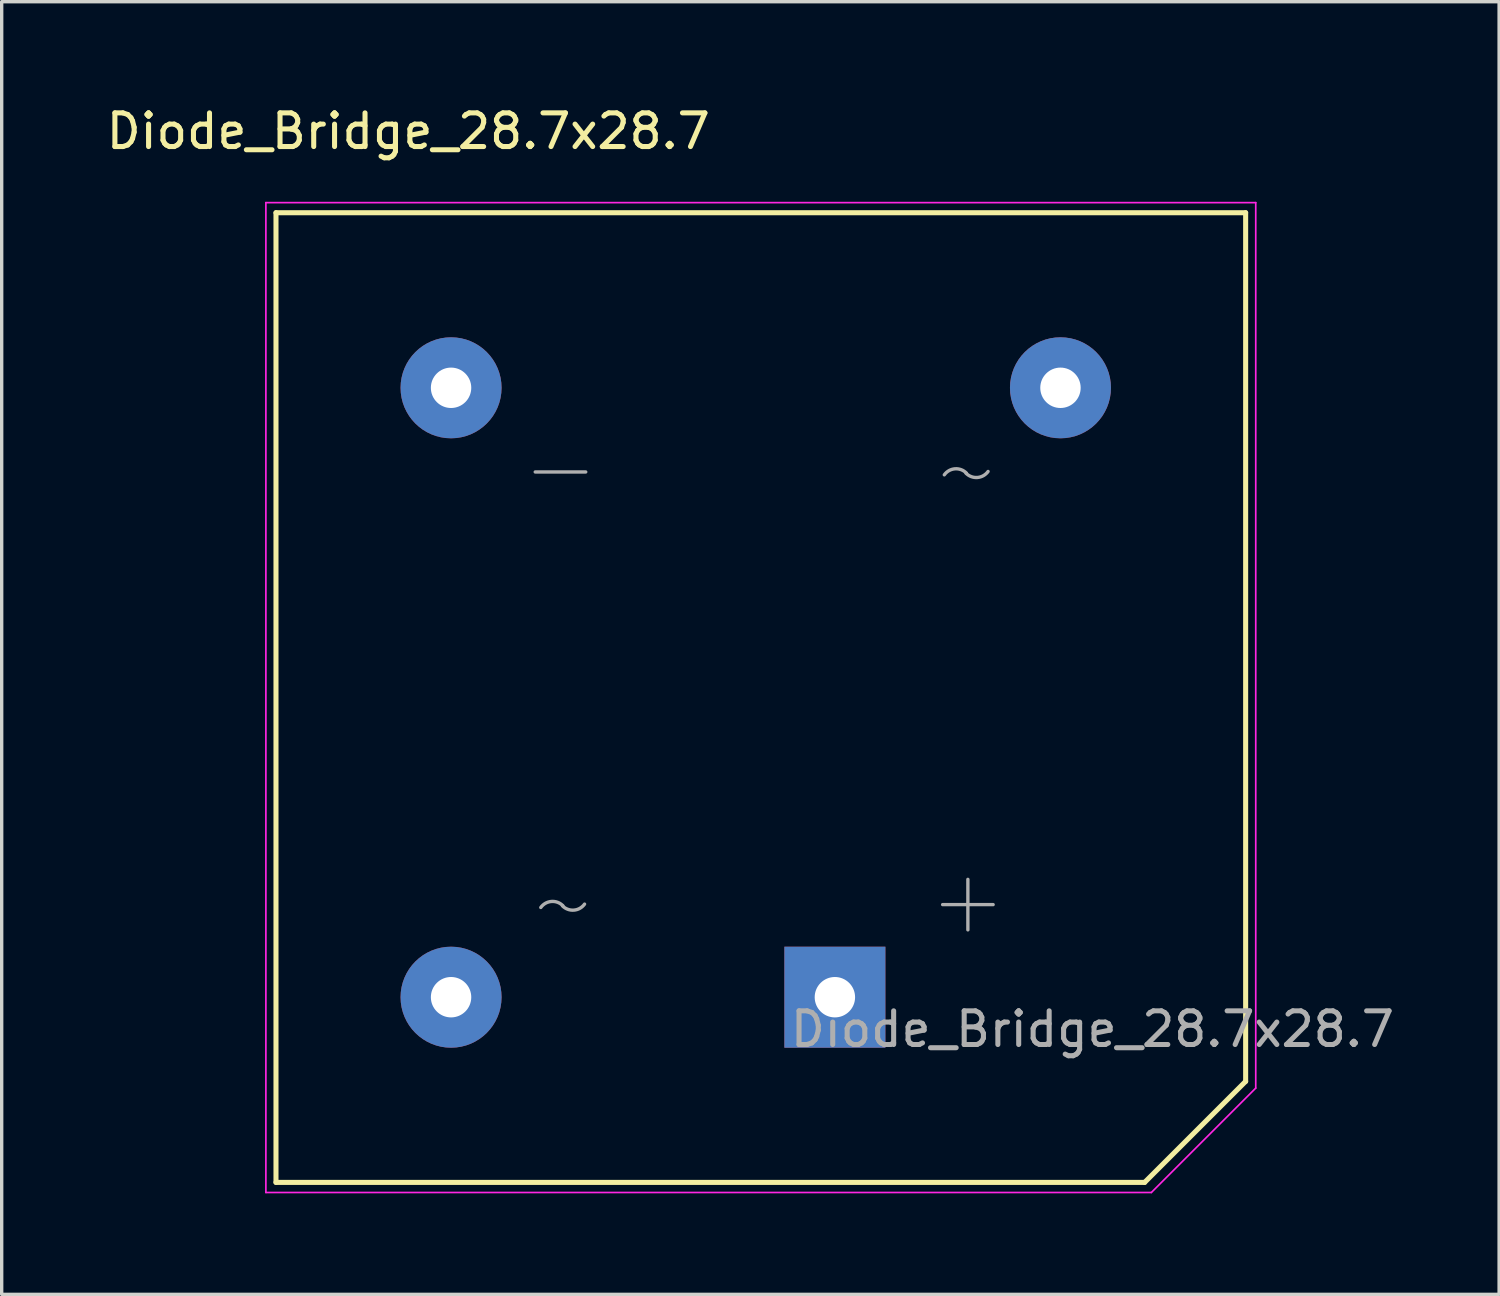
<source format=kicad_pcb>
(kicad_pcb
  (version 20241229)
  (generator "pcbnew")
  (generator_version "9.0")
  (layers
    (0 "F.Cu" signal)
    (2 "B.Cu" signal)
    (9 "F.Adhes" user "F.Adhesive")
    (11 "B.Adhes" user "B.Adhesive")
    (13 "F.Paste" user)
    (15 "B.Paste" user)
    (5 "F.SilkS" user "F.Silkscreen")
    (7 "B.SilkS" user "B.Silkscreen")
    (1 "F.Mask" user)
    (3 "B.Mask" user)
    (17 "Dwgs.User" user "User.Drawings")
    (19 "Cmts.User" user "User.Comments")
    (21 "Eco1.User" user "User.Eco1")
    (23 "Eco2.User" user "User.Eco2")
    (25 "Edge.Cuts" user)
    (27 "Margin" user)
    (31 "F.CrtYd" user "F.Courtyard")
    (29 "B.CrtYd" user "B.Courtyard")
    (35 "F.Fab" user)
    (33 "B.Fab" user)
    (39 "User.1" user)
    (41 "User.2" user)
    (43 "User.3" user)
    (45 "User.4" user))
  (footprint "Diode_Bridge_28.7x28.7"
    (layer "F.Cu")
    (at 10.347 8.468)
    (property "Reference" "Diode_Bridge_28.7x28.7" (at -1.27 -7.62 0) (layer "F.SilkS") (effects (font (size 1 1) (thickness 0.15))))
    (attr through_hole)
    (fp_line (start -5.2 -5.2) (end 23.6 -5.2) (stroke (width 0.15) (type solid)) (layer "F.SilkS"))
    (fp_line (start -5.2 23.6) (end -5.2 -5.2) (stroke (width 0.15) (type solid)) (layer "F.SilkS"))
    (fp_line (start 20.6 23.6) (end -5.2 23.6) (stroke (width 0.15) (type solid)) (layer "F.SilkS"))
    (fp_line (start 23.6 -5.2) (end 23.6 20.6) (stroke (width 0.15) (type solid)) (layer "F.SilkS"))
    (fp_line (start 23.6 20.6) (end 20.6 23.6) (stroke (width 0.15) (type solid)) (layer "F.SilkS"))
    (fp_line (start -5.5 -5.5) (end 23.9 -5.5) (stroke (width 0.05) (type solid)) (layer "F.CrtYd"))
    (fp_line (start -5.5 23.9) (end -5.5 -5.5) (stroke (width 0.05) (type solid)) (layer "F.CrtYd"))
    (fp_line (start 20.8 23.9) (end -5.5 23.9) (stroke (width 0.05) (type solid)) (layer "F.CrtYd"))
    (fp_line (start 23.9 -5.5) (end 23.9 20.8) (stroke (width 0.05) (type solid)) (layer "F.CrtYd"))
    (fp_line (start 23.9 20.8) (end 20.8 23.9) (stroke (width 0.05) (type solid)) (layer "F.CrtYd"))
    (fp_line (start 2.5 2.5) (end 4 2.5) (stroke (width 0.1) (type solid)) (layer "F.Fab"))
    (fp_line (start 14.6 15.35) (end 16.1 15.35) (stroke (width 0.1) (type solid)) (layer "F.Fab"))
    (fp_line (start 15.35 14.6) (end 15.35 16.1) (stroke (width 0.1) (type solid)) (layer "F.Fab"))
    (fp_arc (start 2.665 15.435) (mid 2.981535 15.256188) (end 3.321979 15.383729) (stroke (width 0.1) (type solid)) (layer "F.Fab"))
    (fp_arc (start 3.965 15.335) (mid 3.648465 15.513812) (end 3.308021 15.386271) (stroke (width 0.1) (type solid)) (layer "F.Fab"))
    (fp_arc (start 14.65 2.585) (mid 14.966535 2.406188) (end 15.306979 2.533729) (stroke (width 0.1) (type solid)) (layer "F.Fab"))
    (fp_arc (start 15.95 2.485) (mid 15.633465 2.663812) (end 15.293021 2.536271) (stroke (width 0.1) (type solid)) (layer "F.Fab"))
    (fp_text user "${REFERENCE}" (at 19.05 19.05 0) (layer "F.Fab") (effects (font (size 1 1) (thickness 0.15))))
    (pad "1" thru_hole circle (at 0 0) (size 3 3) (drill 1.2) (layers "*.Cu" "*.Mask"))
    (pad "2" thru_hole circle (at 0 18.1) (size 3 3) (drill 1.2) (layers "*.Cu" "*.Mask"))
    (pad "3" thru_hole rect (at 11.4 18.1) (size 3 3) (drill 1.2) (layers "*.Cu" "*.Mask"))
    (pad "4" thru_hole circle (at 18.1 0) (size 3 3) (drill 1.2) (layers "*.Cu" "*.Mask")))
  (gr_rect
    (start -3 -3)
    (end 41.475 35.393)
    (stroke (width 0.1) (type default))
    (fill no)
    (layer "Edge.Cuts")))
</source>
